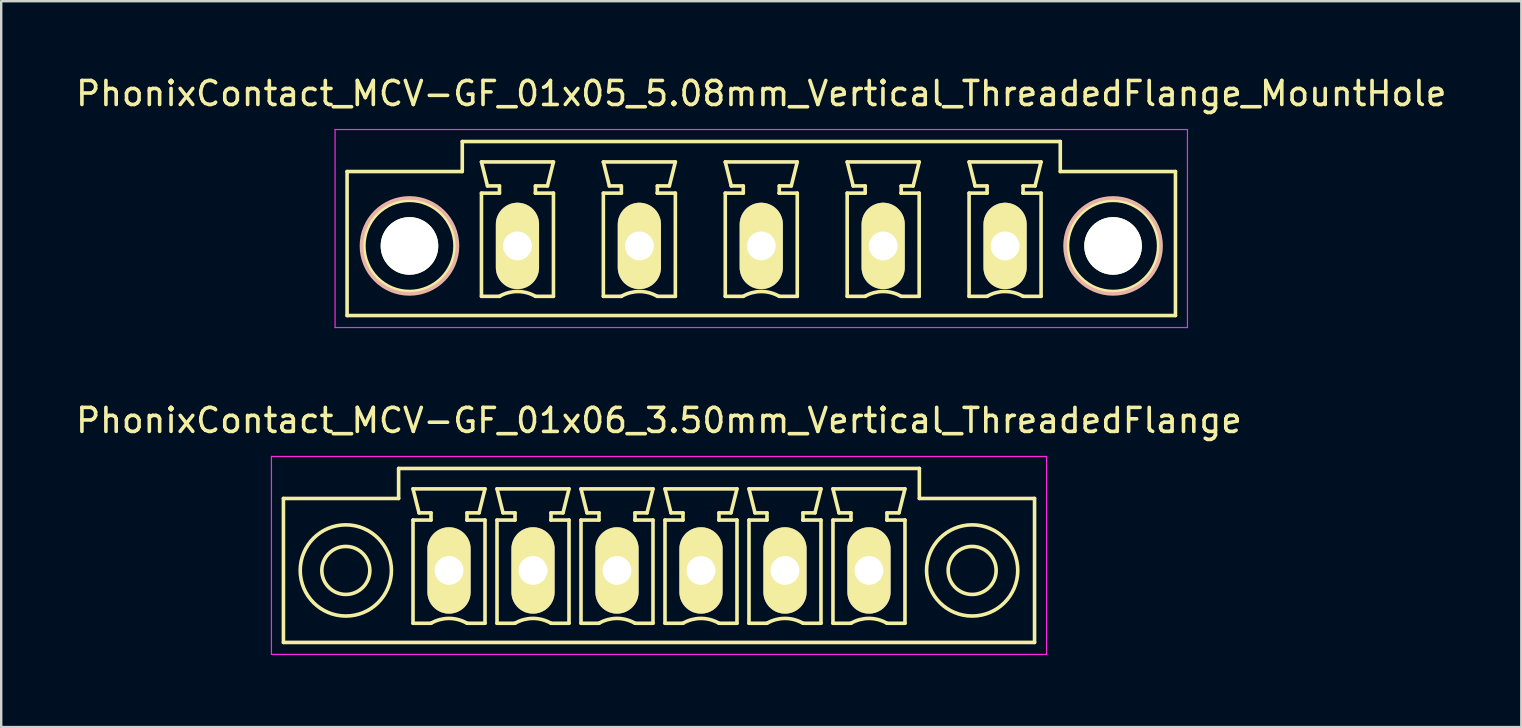
<source format=kicad_pcb>
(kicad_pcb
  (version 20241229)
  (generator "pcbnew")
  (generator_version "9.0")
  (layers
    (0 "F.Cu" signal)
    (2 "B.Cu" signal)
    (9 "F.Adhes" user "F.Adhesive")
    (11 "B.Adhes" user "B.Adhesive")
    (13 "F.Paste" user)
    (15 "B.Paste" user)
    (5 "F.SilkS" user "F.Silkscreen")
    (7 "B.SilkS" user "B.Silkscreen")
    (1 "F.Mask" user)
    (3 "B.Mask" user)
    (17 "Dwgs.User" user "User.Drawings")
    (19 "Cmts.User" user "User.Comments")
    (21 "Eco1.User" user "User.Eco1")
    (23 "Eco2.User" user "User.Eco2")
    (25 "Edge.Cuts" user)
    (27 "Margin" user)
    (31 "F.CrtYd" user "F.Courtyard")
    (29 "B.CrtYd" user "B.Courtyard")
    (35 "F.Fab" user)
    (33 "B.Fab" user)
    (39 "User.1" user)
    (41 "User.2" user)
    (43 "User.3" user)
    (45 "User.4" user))
  (footprint "PhonixContact_MCV-GF_01x05_5.08mm_Vertical_ThreadedFlange_MountHole"
    (layer "F.Cu")
    (at 18.513 7.198)
    (property "Reference" "PhonixContact_MCV-GF_01x05_5.08mm_Vertical_ThreadedFlange_MountHole" (at 10.16 -6.35 0) (layer "F.SilkS") (effects (font (size 1 1) (thickness 0.15))))
    (attr through_hole)
    (fp_line (start -7.1 -3.1) (end -7.1 2.9) (stroke (width 0.15) (type solid)) (layer "F.SilkS"))
    (fp_line (start -7.1 2.9) (end 27.42 2.9) (stroke (width 0.15) (type solid)) (layer "F.SilkS"))
    (fp_line (start -2.3 -4.35) (end -2.3 -3.1) (stroke (width 0.15) (type solid)) (layer "F.SilkS"))
    (fp_line (start -2.3 -3.1) (end -7.1 -3.1) (stroke (width 0.15) (type solid)) (layer "F.SilkS"))
    (fp_line (start -1.5 -3.5) (end 1.5 -3.5) (stroke (width 0.15) (type solid)) (layer "F.SilkS"))
    (fp_line (start -1.5 -2.2) (end -0.75 -2.2) (stroke (width 0.15) (type solid)) (layer "F.SilkS"))
    (fp_line (start -1.5 2.1) (end -1.5 -2.2) (stroke (width 0.15) (type solid)) (layer "F.SilkS"))
    (fp_line (start -1.25 -2.5) (end -1.5 -3.5) (stroke (width 0.15) (type solid)) (layer "F.SilkS"))
    (fp_line (start -0.75 -2.5) (end -1.25 -2.5) (stroke (width 0.15) (type solid)) (layer "F.SilkS"))
    (fp_line (start -0.75 -2.2) (end -0.75 -2.5) (stroke (width 0.15) (type solid)) (layer "F.SilkS"))
    (fp_line (start -0.75 2.1) (end -1.5 2.1) (stroke (width 0.15) (type solid)) (layer "F.SilkS"))
    (fp_line (start 0.75 -2.5) (end 0.75 -2.2) (stroke (width 0.15) (type solid)) (layer "F.SilkS"))
    (fp_line (start 0.75 -2.2) (end 0.75 -2.2) (stroke (width 0.15) (type solid)) (layer "F.SilkS"))
    (fp_line (start 0.75 -2.2) (end 1.5 -2.2) (stroke (width 0.15) (type solid)) (layer "F.SilkS"))
    (fp_line (start 1.25 -2.5) (end 0.75 -2.5) (stroke (width 0.15) (type solid)) (layer "F.SilkS"))
    (fp_line (start 1.5 -3.5) (end 1.25 -2.5) (stroke (width 0.15) (type solid)) (layer "F.SilkS"))
    (fp_line (start 1.5 -2.2) (end 1.5 2.1) (stroke (width 0.15) (type solid)) (layer "F.SilkS"))
    (fp_line (start 1.5 2.1) (end 0.75 2.1) (stroke (width 0.15) (type solid)) (layer "F.SilkS"))
    (fp_line (start 3.58 -3.5) (end 6.58 -3.5) (stroke (width 0.15) (type solid)) (layer "F.SilkS"))
    (fp_line (start 3.58 -2.2) (end 4.33 -2.2) (stroke (width 0.15) (type solid)) (layer "F.SilkS"))
    (fp_line (start 3.58 2.1) (end 3.58 -2.2) (stroke (width 0.15) (type solid)) (layer "F.SilkS"))
    (fp_line (start 3.83 -2.5) (end 3.58 -3.5) (stroke (width 0.15) (type solid)) (layer "F.SilkS"))
    (fp_line (start 4.33 -2.5) (end 3.83 -2.5) (stroke (width 0.15) (type solid)) (layer "F.SilkS"))
    (fp_line (start 4.33 -2.2) (end 4.33 -2.5) (stroke (width 0.15) (type solid)) (layer "F.SilkS"))
    (fp_line (start 4.33 2.1) (end 3.58 2.1) (stroke (width 0.15) (type solid)) (layer "F.SilkS"))
    (fp_line (start 5.83 -2.5) (end 5.83 -2.2) (stroke (width 0.15) (type solid)) (layer "F.SilkS"))
    (fp_line (start 5.83 -2.2) (end 5.83 -2.2) (stroke (width 0.15) (type solid)) (layer "F.SilkS"))
    (fp_line (start 5.83 -2.2) (end 6.58 -2.2) (stroke (width 0.15) (type solid)) (layer "F.SilkS"))
    (fp_line (start 6.33 -2.5) (end 5.83 -2.5) (stroke (width 0.15) (type solid)) (layer "F.SilkS"))
    (fp_line (start 6.58 -3.5) (end 6.33 -2.5) (stroke (width 0.15) (type solid)) (layer "F.SilkS"))
    (fp_line (start 6.58 -2.2) (end 6.58 2.1) (stroke (width 0.15) (type solid)) (layer "F.SilkS"))
    (fp_line (start 6.58 2.1) (end 5.83 2.1) (stroke (width 0.15) (type solid)) (layer "F.SilkS"))
    (fp_line (start 8.66 -3.5) (end 11.66 -3.5) (stroke (width 0.15) (type solid)) (layer "F.SilkS"))
    (fp_line (start 8.66 -2.2) (end 9.41 -2.2) (stroke (width 0.15) (type solid)) (layer "F.SilkS"))
    (fp_line (start 8.66 2.1) (end 8.66 -2.2) (stroke (width 0.15) (type solid)) (layer "F.SilkS"))
    (fp_line (start 8.91 -2.5) (end 8.66 -3.5) (stroke (width 0.15) (type solid)) (layer "F.SilkS"))
    (fp_line (start 9.41 -2.5) (end 8.91 -2.5) (stroke (width 0.15) (type solid)) (layer "F.SilkS"))
    (fp_line (start 9.41 -2.2) (end 9.41 -2.5) (stroke (width 0.15) (type solid)) (layer "F.SilkS"))
    (fp_line (start 9.41 2.1) (end 8.66 2.1) (stroke (width 0.15) (type solid)) (layer "F.SilkS"))
    (fp_line (start 10.91 -2.5) (end 10.91 -2.2) (stroke (width 0.15) (type solid)) (layer "F.SilkS"))
    (fp_line (start 10.91 -2.2) (end 10.91 -2.2) (stroke (width 0.15) (type solid)) (layer "F.SilkS"))
    (fp_line (start 10.91 -2.2) (end 11.66 -2.2) (stroke (width 0.15) (type solid)) (layer "F.SilkS"))
    (fp_line (start 11.41 -2.5) (end 10.91 -2.5) (stroke (width 0.15) (type solid)) (layer "F.SilkS"))
    (fp_line (start 11.66 -3.5) (end 11.41 -2.5) (stroke (width 0.15) (type solid)) (layer "F.SilkS"))
    (fp_line (start 11.66 -2.2) (end 11.66 2.1) (stroke (width 0.15) (type solid)) (layer "F.SilkS"))
    (fp_line (start 11.66 2.1) (end 10.91 2.1) (stroke (width 0.15) (type solid)) (layer "F.SilkS"))
    (fp_line (start 13.74 -3.5) (end 16.74 -3.5) (stroke (width 0.15) (type solid)) (layer "F.SilkS"))
    (fp_line (start 13.74 -2.2) (end 14.49 -2.2) (stroke (width 0.15) (type solid)) (layer "F.SilkS"))
    (fp_line (start 13.74 2.1) (end 13.74 -2.2) (stroke (width 0.15) (type solid)) (layer "F.SilkS"))
    (fp_line (start 13.99 -2.5) (end 13.74 -3.5) (stroke (width 0.15) (type solid)) (layer "F.SilkS"))
    (fp_line (start 14.49 -2.5) (end 13.99 -2.5) (stroke (width 0.15) (type solid)) (layer "F.SilkS"))
    (fp_line (start 14.49 -2.2) (end 14.49 -2.5) (stroke (width 0.15) (type solid)) (layer "F.SilkS"))
    (fp_line (start 14.49 2.1) (end 13.74 2.1) (stroke (width 0.15) (type solid)) (layer "F.SilkS"))
    (fp_line (start 15.99 -2.5) (end 15.99 -2.2) (stroke (width 0.15) (type solid)) (layer "F.SilkS"))
    (fp_line (start 15.99 -2.2) (end 15.99 -2.2) (stroke (width 0.15) (type solid)) (layer "F.SilkS"))
    (fp_line (start 15.99 -2.2) (end 16.74 -2.2) (stroke (width 0.15) (type solid)) (layer "F.SilkS"))
    (fp_line (start 16.49 -2.5) (end 15.99 -2.5) (stroke (width 0.15) (type solid)) (layer "F.SilkS"))
    (fp_line (start 16.74 -3.5) (end 16.49 -2.5) (stroke (width 0.15) (type solid)) (layer "F.SilkS"))
    (fp_line (start 16.74 -2.2) (end 16.74 2.1) (stroke (width 0.15) (type solid)) (layer "F.SilkS"))
    (fp_line (start 16.74 2.1) (end 15.99 2.1) (stroke (width 0.15) (type solid)) (layer "F.SilkS"))
    (fp_line (start 18.82 -3.5) (end 21.82 -3.5) (stroke (width 0.15) (type solid)) (layer "F.SilkS"))
    (fp_line (start 18.82 -2.2) (end 19.57 -2.2) (stroke (width 0.15) (type solid)) (layer "F.SilkS"))
    (fp_line (start 18.82 2.1) (end 18.82 -2.2) (stroke (width 0.15) (type solid)) (layer "F.SilkS"))
    (fp_line (start 19.07 -2.5) (end 18.82 -3.5) (stroke (width 0.15) (type solid)) (layer "F.SilkS"))
    (fp_line (start 19.57 -2.5) (end 19.07 -2.5) (stroke (width 0.15) (type solid)) (layer "F.SilkS"))
    (fp_line (start 19.57 -2.2) (end 19.57 -2.5) (stroke (width 0.15) (type solid)) (layer "F.SilkS"))
    (fp_line (start 19.57 2.1) (end 18.82 2.1) (stroke (width 0.15) (type solid)) (layer "F.SilkS"))
    (fp_line (start 21.07 -2.5) (end 21.07 -2.2) (stroke (width 0.15) (type solid)) (layer "F.SilkS"))
    (fp_line (start 21.07 -2.2) (end 21.07 -2.2) (stroke (width 0.15) (type solid)) (layer "F.SilkS"))
    (fp_line (start 21.07 -2.2) (end 21.82 -2.2) (stroke (width 0.15) (type solid)) (layer "F.SilkS"))
    (fp_line (start 21.57 -2.5) (end 21.07 -2.5) (stroke (width 0.15) (type solid)) (layer "F.SilkS"))
    (fp_line (start 21.82 -3.5) (end 21.57 -2.5) (stroke (width 0.15) (type solid)) (layer "F.SilkS"))
    (fp_line (start 21.82 -2.2) (end 21.82 2.1) (stroke (width 0.15) (type solid)) (layer "F.SilkS"))
    (fp_line (start 21.82 2.1) (end 21.07 2.1) (stroke (width 0.15) (type solid)) (layer "F.SilkS"))
    (fp_line (start 22.62 -4.35) (end -2.3 -4.35) (stroke (width 0.15) (type solid)) (layer "F.SilkS"))
    (fp_line (start 22.62 -3.1) (end 22.62 -4.35) (stroke (width 0.15) (type solid)) (layer "F.SilkS"))
    (fp_line (start 27.42 -3.1) (end 22.62 -3.1) (stroke (width 0.15) (type solid)) (layer "F.SilkS"))
    (fp_line (start 27.42 2.9) (end 27.42 -3.1) (stroke (width 0.15) (type solid)) (layer "F.SilkS"))
    (fp_arc (start -0.75 2.1) (mid -0.006068 1.899179) (end 0.739464 2.093978) (stroke (width 0.15) (type solid)) (layer "F.SilkS"))
    (fp_arc (start 4.33 2.1) (mid 5.073932 1.899179) (end 5.819464 2.093978) (stroke (width 0.15) (type solid)) (layer "F.SilkS"))
    (fp_arc (start 9.41 2.1) (mid 10.153932 1.899179) (end 10.899464 2.093978) (stroke (width 0.15) (type solid)) (layer "F.SilkS"))
    (fp_arc (start 14.49 2.1) (mid 15.233932 1.899179) (end 15.979464 2.093978) (stroke (width 0.15) (type solid)) (layer "F.SilkS"))
    (fp_arc (start 19.57 2.1) (mid 20.313932 1.899179) (end 21.059464 2.093978) (stroke (width 0.15) (type solid)) (layer "F.SilkS"))
    (fp_circle (center -4.5 0) (end -2.6 0) (stroke (width 0.15) (type solid)) (fill no) (layer "F.SilkS"))
    (fp_circle (center 24.82 0) (end 26.72 0) (stroke (width 0.15) (type solid)) (fill no) (layer "F.SilkS"))
    (fp_circle (center -4.5 0) (end -2.5 0) (stroke (width 0.15) (type solid)) (fill no) (layer "B.SilkS"))
    (fp_circle (center 24.82 0) (end 26.82 0) (stroke (width 0.15) (type solid)) (fill no) (layer "B.SilkS"))
    (fp_line (start -7.6 -4.85) (end -7.6 3.4) (stroke (width 0.05) (type solid)) (layer "F.CrtYd"))
    (fp_line (start -7.6 3.4) (end 27.92 3.4) (stroke (width 0.05) (type solid)) (layer "F.CrtYd"))
    (fp_line (start 27.92 -4.85) (end -7.6 -4.85) (stroke (width 0.05) (type solid)) (layer "F.CrtYd"))
    (fp_line (start 27.92 3.4) (end 27.92 -4.85) (stroke (width 0.05) (type solid)) (layer "F.CrtYd"))
    (pad "" np_thru_hole circle (at -4.5 0) (size 2.4 2.4) (drill 2.4) (layers "*.Cu" "*.Mask" "F.SilkS"))
    (pad "" np_thru_hole circle (at 24.82 0) (size 2.4 2.4) (drill 2.4) (layers "*.Cu" "*.Mask" "F.SilkS"))
    (pad "1" thru_hole oval (at 0 0) (size 1.8 3.6) (drill 1.2) (layers "*.Cu" "*.Mask" "F.SilkS"))
    (pad "2" thru_hole oval (at 5.08 0) (size 1.8 3.6) (drill 1.2) (layers "*.Cu" "*.Mask" "F.SilkS"))
    (pad "3" thru_hole oval (at 10.16 0) (size 1.8 3.6) (drill 1.2) (layers "*.Cu" "*.Mask" "F.SilkS"))
    (pad "4" thru_hole oval (at 15.24 0) (size 1.8 3.6) (drill 1.2) (layers "*.Cu" "*.Mask" "F.SilkS"))
    (pad "5" thru_hole oval (at 20.32 0) (size 1.8 3.6) (drill 1.2) (layers "*.Cu" "*.Mask" "F.SilkS")))
  (footprint "PhonixContact_MCV-GF_01x06_3.50mm_Vertical_ThreadedFlange"
    (layer "F.Cu")
    (at 15.661 20.721)
    (property "Reference" "PhonixContact_MCV-GF_01x06_3.50mm_Vertical_ThreadedFlange" (at 8.75 -6.25 0) (layer "F.SilkS") (effects (font (size 1 1) (thickness 0.15))))
    (attr through_hole)
    (fp_line (start -6.9 -3) (end -6.9 3) (stroke (width 0.15) (type solid)) (layer "F.SilkS"))
    (fp_line (start -6.9 3) (end 24.4 3) (stroke (width 0.15) (type solid)) (layer "F.SilkS"))
    (fp_line (start -2.1 -4.25) (end -2.1 -3) (stroke (width 0.15) (type solid)) (layer "F.SilkS"))
    (fp_line (start -2.1 -3) (end -6.9 -3) (stroke (width 0.15) (type solid)) (layer "F.SilkS"))
    (fp_line (start -1.5 -3.4) (end 1.5 -3.4) (stroke (width 0.15) (type solid)) (layer "F.SilkS"))
    (fp_line (start -1.5 -2.1) (end -0.75 -2.1) (stroke (width 0.15) (type solid)) (layer "F.SilkS"))
    (fp_line (start -1.5 2.2) (end -1.5 -2.1) (stroke (width 0.15) (type solid)) (layer "F.SilkS"))
    (fp_line (start -1.25 -2.4) (end -1.5 -3.4) (stroke (width 0.15) (type solid)) (layer "F.SilkS"))
    (fp_line (start -0.75 -2.4) (end -1.25 -2.4) (stroke (width 0.15) (type solid)) (layer "F.SilkS"))
    (fp_line (start -0.75 -2.1) (end -0.75 -2.4) (stroke (width 0.15) (type solid)) (layer "F.SilkS"))
    (fp_line (start -0.75 2.2) (end -1.5 2.2) (stroke (width 0.15) (type solid)) (layer "F.SilkS"))
    (fp_line (start 0.75 -2.4) (end 0.75 -2.1) (stroke (width 0.15) (type solid)) (layer "F.SilkS"))
    (fp_line (start 0.75 -2.1) (end 0.75 -2.1) (stroke (width 0.15) (type solid)) (layer "F.SilkS"))
    (fp_line (start 0.75 -2.1) (end 1.5 -2.1) (stroke (width 0.15) (type solid)) (layer "F.SilkS"))
    (fp_line (start 1.25 -2.4) (end 0.75 -2.4) (stroke (width 0.15) (type solid)) (layer "F.SilkS"))
    (fp_line (start 1.5 -3.4) (end 1.25 -2.4) (stroke (width 0.15) (type solid)) (layer "F.SilkS"))
    (fp_line (start 1.5 -2.1) (end 1.5 2.2) (stroke (width 0.15) (type solid)) (layer "F.SilkS"))
    (fp_line (start 1.5 2.2) (end 0.75 2.2) (stroke (width 0.15) (type solid)) (layer "F.SilkS"))
    (fp_line (start 2 -3.4) (end 5 -3.4) (stroke (width 0.15) (type solid)) (layer "F.SilkS"))
    (fp_line (start 2 -2.1) (end 2.75 -2.1) (stroke (width 0.15) (type solid)) (layer "F.SilkS"))
    (fp_line (start 2 2.2) (end 2 -2.1) (stroke (width 0.15) (type solid)) (layer "F.SilkS"))
    (fp_line (start 2.25 -2.4) (end 2 -3.4) (stroke (width 0.15) (type solid)) (layer "F.SilkS"))
    (fp_line (start 2.75 -2.4) (end 2.25 -2.4) (stroke (width 0.15) (type solid)) (layer "F.SilkS"))
    (fp_line (start 2.75 -2.1) (end 2.75 -2.4) (stroke (width 0.15) (type solid)) (layer "F.SilkS"))
    (fp_line (start 2.75 2.2) (end 2 2.2) (stroke (width 0.15) (type solid)) (layer "F.SilkS"))
    (fp_line (start 4.25 -2.4) (end 4.25 -2.1) (stroke (width 0.15) (type solid)) (layer "F.SilkS"))
    (fp_line (start 4.25 -2.1) (end 4.25 -2.1) (stroke (width 0.15) (type solid)) (layer "F.SilkS"))
    (fp_line (start 4.25 -2.1) (end 5 -2.1) (stroke (width 0.15) (type solid)) (layer "F.SilkS"))
    (fp_line (start 4.75 -2.4) (end 4.25 -2.4) (stroke (width 0.15) (type solid)) (layer "F.SilkS"))
    (fp_line (start 5 -3.4) (end 4.75 -2.4) (stroke (width 0.15) (type solid)) (layer "F.SilkS"))
    (fp_line (start 5 -2.1) (end 5 2.2) (stroke (width 0.15) (type solid)) (layer "F.SilkS"))
    (fp_line (start 5 2.2) (end 4.25 2.2) (stroke (width 0.15) (type solid)) (layer "F.SilkS"))
    (fp_line (start 5.5 -3.4) (end 8.5 -3.4) (stroke (width 0.15) (type solid)) (layer "F.SilkS"))
    (fp_line (start 5.5 -2.1) (end 6.25 -2.1) (stroke (width 0.15) (type solid)) (layer "F.SilkS"))
    (fp_line (start 5.5 2.2) (end 5.5 -2.1) (stroke (width 0.15) (type solid)) (layer "F.SilkS"))
    (fp_line (start 5.75 -2.4) (end 5.5 -3.4) (stroke (width 0.15) (type solid)) (layer "F.SilkS"))
    (fp_line (start 6.25 -2.4) (end 5.75 -2.4) (stroke (width 0.15) (type solid)) (layer "F.SilkS"))
    (fp_line (start 6.25 -2.1) (end 6.25 -2.4) (stroke (width 0.15) (type solid)) (layer "F.SilkS"))
    (fp_line (start 6.25 2.2) (end 5.5 2.2) (stroke (width 0.15) (type solid)) (layer "F.SilkS"))
    (fp_line (start 7.75 -2.4) (end 7.75 -2.1) (stroke (width 0.15) (type solid)) (layer "F.SilkS"))
    (fp_line (start 7.75 -2.1) (end 7.75 -2.1) (stroke (width 0.15) (type solid)) (layer "F.SilkS"))
    (fp_line (start 7.75 -2.1) (end 8.5 -2.1) (stroke (width 0.15) (type solid)) (layer "F.SilkS"))
    (fp_line (start 8.25 -2.4) (end 7.75 -2.4) (stroke (width 0.15) (type solid)) (layer "F.SilkS"))
    (fp_line (start 8.5 -3.4) (end 8.25 -2.4) (stroke (width 0.15) (type solid)) (layer "F.SilkS"))
    (fp_line (start 8.5 -2.1) (end 8.5 2.2) (stroke (width 0.15) (type solid)) (layer "F.SilkS"))
    (fp_line (start 8.5 2.2) (end 7.75 2.2) (stroke (width 0.15) (type solid)) (layer "F.SilkS"))
    (fp_line (start 9 -3.4) (end 12 -3.4) (stroke (width 0.15) (type solid)) (layer "F.SilkS"))
    (fp_line (start 9 -2.1) (end 9.75 -2.1) (stroke (width 0.15) (type solid)) (layer "F.SilkS"))
    (fp_line (start 9 2.2) (end 9 -2.1) (stroke (width 0.15) (type solid)) (layer "F.SilkS"))
    (fp_line (start 9.25 -2.4) (end 9 -3.4) (stroke (width 0.15) (type solid)) (layer "F.SilkS"))
    (fp_line (start 9.75 -2.4) (end 9.25 -2.4) (stroke (width 0.15) (type solid)) (layer "F.SilkS"))
    (fp_line (start 9.75 -2.1) (end 9.75 -2.4) (stroke (width 0.15) (type solid)) (layer "F.SilkS"))
    (fp_line (start 9.75 2.2) (end 9 2.2) (stroke (width 0.15) (type solid)) (layer "F.SilkS"))
    (fp_line (start 11.25 -2.4) (end 11.25 -2.1) (stroke (width 0.15) (type solid)) (layer "F.SilkS"))
    (fp_line (start 11.25 -2.1) (end 11.25 -2.1) (stroke (width 0.15) (type solid)) (layer "F.SilkS"))
    (fp_line (start 11.25 -2.1) (end 12 -2.1) (stroke (width 0.15) (type solid)) (layer "F.SilkS"))
    (fp_line (start 11.75 -2.4) (end 11.25 -2.4) (stroke (width 0.15) (type solid)) (layer "F.SilkS"))
    (fp_line (start 12 -3.4) (end 11.75 -2.4) (stroke (width 0.15) (type solid)) (layer "F.SilkS"))
    (fp_line (start 12 -2.1) (end 12 2.2) (stroke (width 0.15) (type solid)) (layer "F.SilkS"))
    (fp_line (start 12 2.2) (end 11.25 2.2) (stroke (width 0.15) (type solid)) (layer "F.SilkS"))
    (fp_line (start 12.5 -3.4) (end 15.5 -3.4) (stroke (width 0.15) (type solid)) (layer "F.SilkS"))
    (fp_line (start 12.5 -2.1) (end 13.25 -2.1) (stroke (width 0.15) (type solid)) (layer "F.SilkS"))
    (fp_line (start 12.5 2.2) (end 12.5 -2.1) (stroke (width 0.15) (type solid)) (layer "F.SilkS"))
    (fp_line (start 12.75 -2.4) (end 12.5 -3.4) (stroke (width 0.15) (type solid)) (layer "F.SilkS"))
    (fp_line (start 13.25 -2.4) (end 12.75 -2.4) (stroke (width 0.15) (type solid)) (layer "F.SilkS"))
    (fp_line (start 13.25 -2.1) (end 13.25 -2.4) (stroke (width 0.15) (type solid)) (layer "F.SilkS"))
    (fp_line (start 13.25 2.2) (end 12.5 2.2) (stroke (width 0.15) (type solid)) (layer "F.SilkS"))
    (fp_line (start 14.75 -2.4) (end 14.75 -2.1) (stroke (width 0.15) (type solid)) (layer "F.SilkS"))
    (fp_line (start 14.75 -2.1) (end 14.75 -2.1) (stroke (width 0.15) (type solid)) (layer "F.SilkS"))
    (fp_line (start 14.75 -2.1) (end 15.5 -2.1) (stroke (width 0.15) (type solid)) (layer "F.SilkS"))
    (fp_line (start 15.25 -2.4) (end 14.75 -2.4) (stroke (width 0.15) (type solid)) (layer "F.SilkS"))
    (fp_line (start 15.5 -3.4) (end 15.25 -2.4) (stroke (width 0.15) (type solid)) (layer "F.SilkS"))
    (fp_line (start 15.5 -2.1) (end 15.5 2.2) (stroke (width 0.15) (type solid)) (layer "F.SilkS"))
    (fp_line (start 15.5 2.2) (end 14.75 2.2) (stroke (width 0.15) (type solid)) (layer "F.SilkS"))
    (fp_line (start 16 -3.4) (end 19 -3.4) (stroke (width 0.15) (type solid)) (layer "F.SilkS"))
    (fp_line (start 16 -2.1) (end 16.75 -2.1) (stroke (width 0.15) (type solid)) (layer "F.SilkS"))
    (fp_line (start 16 2.2) (end 16 -2.1) (stroke (width 0.15) (type solid)) (layer "F.SilkS"))
    (fp_line (start 16.25 -2.4) (end 16 -3.4) (stroke (width 0.15) (type solid)) (layer "F.SilkS"))
    (fp_line (start 16.75 -2.4) (end 16.25 -2.4) (stroke (width 0.15) (type solid)) (layer "F.SilkS"))
    (fp_line (start 16.75 -2.1) (end 16.75 -2.4) (stroke (width 0.15) (type solid)) (layer "F.SilkS"))
    (fp_line (start 16.75 2.2) (end 16 2.2) (stroke (width 0.15) (type solid)) (layer "F.SilkS"))
    (fp_line (start 18.25 -2.4) (end 18.25 -2.1) (stroke (width 0.15) (type solid)) (layer "F.SilkS"))
    (fp_line (start 18.25 -2.1) (end 18.25 -2.1) (stroke (width 0.15) (type solid)) (layer "F.SilkS"))
    (fp_line (start 18.25 -2.1) (end 19 -2.1) (stroke (width 0.15) (type solid)) (layer "F.SilkS"))
    (fp_line (start 18.75 -2.4) (end 18.25 -2.4) (stroke (width 0.15) (type solid)) (layer "F.SilkS"))
    (fp_line (start 19 -3.4) (end 18.75 -2.4) (stroke (width 0.15) (type solid)) (layer "F.SilkS"))
    (fp_line (start 19 -2.1) (end 19 2.2) (stroke (width 0.15) (type solid)) (layer "F.SilkS"))
    (fp_line (start 19 2.2) (end 18.25 2.2) (stroke (width 0.15) (type solid)) (layer "F.SilkS"))
    (fp_line (start 19.6 -4.25) (end -2.1 -4.25) (stroke (width 0.15) (type solid)) (layer "F.SilkS"))
    (fp_line (start 19.6 -3) (end 19.6 -4.25) (stroke (width 0.15) (type solid)) (layer "F.SilkS"))
    (fp_line (start 24.4 -3) (end 19.6 -3) (stroke (width 0.15) (type solid)) (layer "F.SilkS"))
    (fp_line (start 24.4 3) (end 24.4 -3) (stroke (width 0.15) (type solid)) (layer "F.SilkS"))
    (fp_arc (start -0.75 2.2) (mid -0.006068 1.999179) (end 0.739464 2.193978) (stroke (width 0.15) (type solid)) (layer "F.SilkS"))
    (fp_arc (start 2.75 2.2) (mid 3.493932 1.999179) (end 4.239464 2.193978) (stroke (width 0.15) (type solid)) (layer "F.SilkS"))
    (fp_arc (start 6.25 2.2) (mid 6.993932 1.999179) (end 7.739464 2.193978) (stroke (width 0.15) (type solid)) (layer "F.SilkS"))
    (fp_arc (start 9.75 2.2) (mid 10.493932 1.999179) (end 11.239464 2.193978) (stroke (width 0.15) (type solid)) (layer "F.SilkS"))
    (fp_arc (start 13.25 2.2) (mid 13.993932 1.999179) (end 14.739464 2.193978) (stroke (width 0.15) (type solid)) (layer "F.SilkS"))
    (fp_arc (start 16.75 2.2) (mid 17.493932 1.999179) (end 18.239464 2.193978) (stroke (width 0.15) (type solid)) (layer "F.SilkS"))
    (fp_circle (center -4.3 0) (end -3.3 0) (stroke (width 0.15) (type solid)) (fill no) (layer "F.SilkS"))
    (fp_circle (center -4.3 0) (end -2.4 0) (stroke (width 0.15) (type solid)) (fill no) (layer "F.SilkS"))
    (fp_circle (center 21.8 0) (end 22.8 0) (stroke (width 0.15) (type solid)) (fill no) (layer "F.SilkS"))
    (fp_circle (center 21.8 0) (end 23.7 0) (stroke (width 0.15) (type solid)) (fill no) (layer "F.SilkS"))
    (fp_line (start -7.4 -4.75) (end -7.4 3.5) (stroke (width 0.05) (type solid)) (layer "F.CrtYd"))
    (fp_line (start -7.4 3.5) (end 24.9 3.5) (stroke (width 0.05) (type solid)) (layer "F.CrtYd"))
    (fp_line (start 24.9 -4.75) (end -7.4 -4.75) (stroke (width 0.05) (type solid)) (layer "F.CrtYd"))
    (fp_line (start 24.9 3.5) (end 24.9 -4.75) (stroke (width 0.05) (type solid)) (layer "F.CrtYd"))
    (pad "1" thru_hole oval (at 0 0) (size 1.8 3.6) (drill 1.2) (layers "*.Cu" "*.Mask" "F.SilkS"))
    (pad "2" thru_hole oval (at 3.5 0) (size 1.8 3.6) (drill 1.2) (layers "*.Cu" "*.Mask" "F.SilkS"))
    (pad "3" thru_hole oval (at 7 0) (size 1.8 3.6) (drill 1.2) (layers "*.Cu" "*.Mask" "F.SilkS"))
    (pad "4" thru_hole oval (at 10.5 0) (size 1.8 3.6) (drill 1.2) (layers "*.Cu" "*.Mask" "F.SilkS"))
    (pad "5" thru_hole oval (at 14 0) (size 1.8 3.6) (drill 1.2) (layers "*.Cu" "*.Mask" "F.SilkS"))
    (pad "6" thru_hole oval (at 17.5 0) (size 1.8 3.6) (drill 1.2) (layers "*.Cu" "*.Mask" "F.SilkS")))
  (gr_rect
    (start -3 -3)
    (end 60.345 27.247)
    (stroke (width 0.1) (type default))
    (fill no)
    (layer "Edge.Cuts")))
</source>
